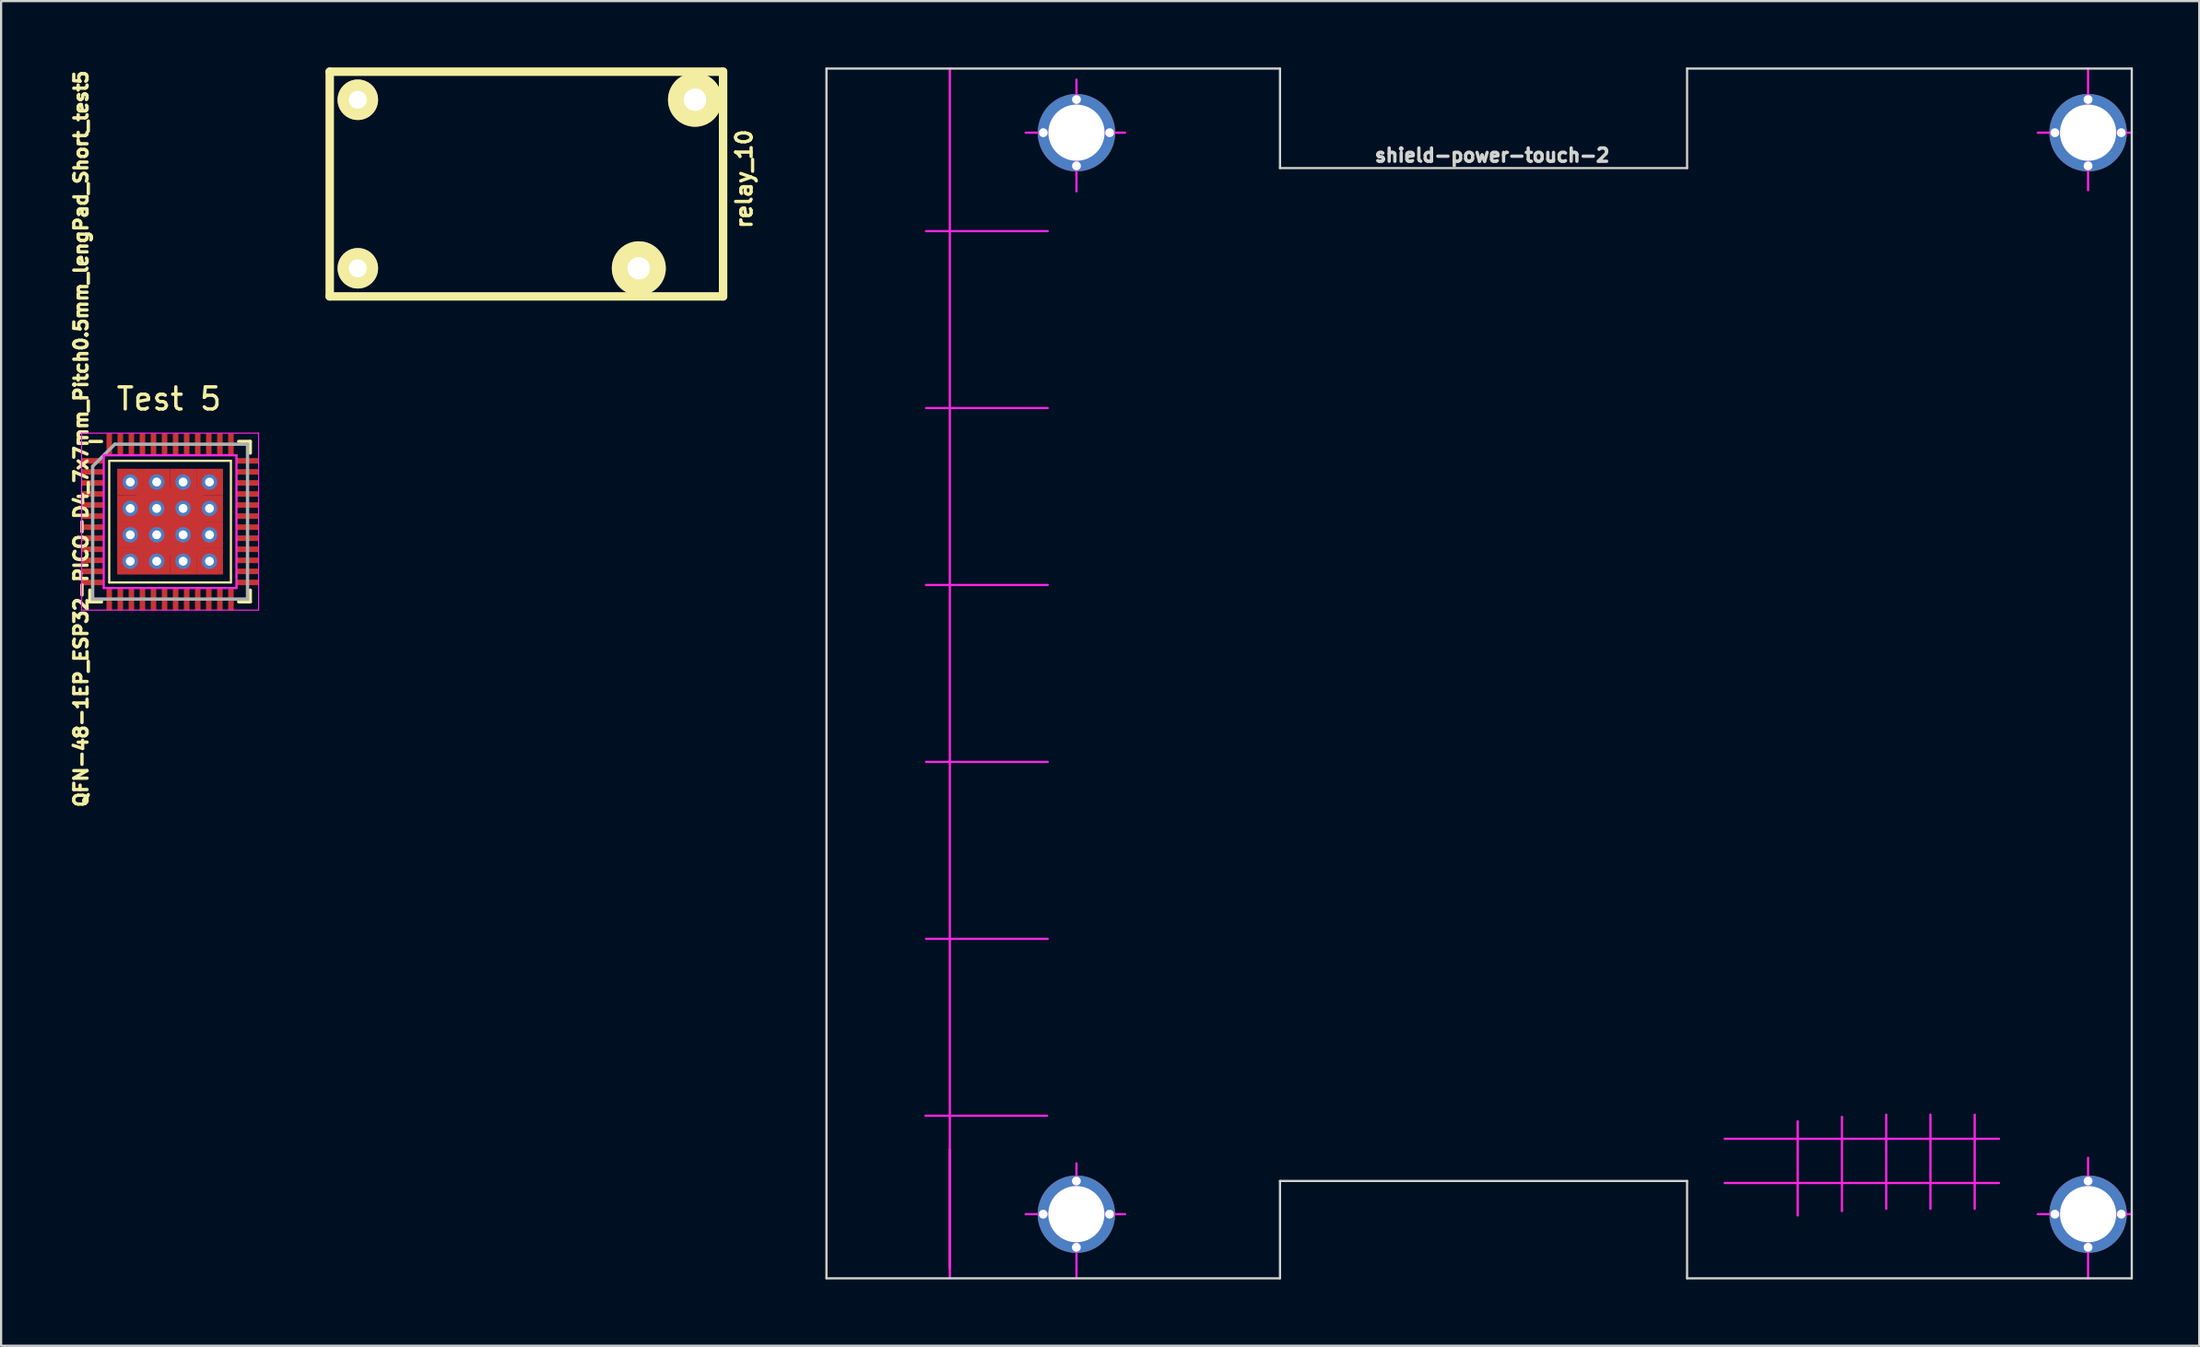
<source format=kicad_pcb>
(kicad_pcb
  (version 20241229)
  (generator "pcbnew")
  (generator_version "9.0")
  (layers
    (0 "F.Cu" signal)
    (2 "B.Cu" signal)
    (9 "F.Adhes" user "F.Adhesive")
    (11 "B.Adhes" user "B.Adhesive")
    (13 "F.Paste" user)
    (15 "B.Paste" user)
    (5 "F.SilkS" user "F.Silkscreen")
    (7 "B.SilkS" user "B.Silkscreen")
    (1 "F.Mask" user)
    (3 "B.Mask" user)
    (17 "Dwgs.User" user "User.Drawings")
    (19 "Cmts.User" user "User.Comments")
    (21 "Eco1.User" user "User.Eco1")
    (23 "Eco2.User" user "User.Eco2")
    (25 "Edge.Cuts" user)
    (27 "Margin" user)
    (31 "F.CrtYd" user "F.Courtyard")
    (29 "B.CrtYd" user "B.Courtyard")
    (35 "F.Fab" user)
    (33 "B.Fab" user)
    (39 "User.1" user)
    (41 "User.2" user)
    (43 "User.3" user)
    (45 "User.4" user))
  (footprint "QFN-48-1EP_ESP32-PICO-D4_7x7mm_Pitch0.5mm_lengPad_Short_test5"
    (layer "F.Cu")
    (at 4.638 20.536)
    (property "Reference" "QFN-48-1EP_ESP32-PICO-D4_7x7mm_Pitch0.5mm_lengPad_Short_test5" (at -4.024 -3.743 90) (layer "F.SilkS") (effects (font (size 0.6 0.6) (thickness 0.15))))
    (attr smd)
    (fp_line (start -3.625 -3.625) (end -3.1 -3.625) (stroke (width 0.15) (type solid)) (layer "F.SilkS"))
    (fp_line (start -3.625 3.625) (end -3.625 3.1) (stroke (width 0.15) (type solid)) (layer "F.SilkS"))
    (fp_line (start -3.625 3.625) (end -3.1 3.625) (stroke (width 0.15) (type solid)) (layer "F.SilkS"))
    (fp_line (start -2.75 -2.75) (end 2.75 -2.75) (stroke (width 0.1) (type solid)) (layer "F.SilkS"))
    (fp_line (start -2.75 2.75) (end -2.75 -2.75) (stroke (width 0.1) (type solid)) (layer "F.SilkS"))
    (fp_line (start -2.75 2.75) (end 2.75 2.75) (stroke (width 0.1) (type solid)) (layer "F.SilkS"))
    (fp_line (start 2.75 2.75) (end 2.75 -2.75) (stroke (width 0.1) (type solid)) (layer "F.SilkS"))
    (fp_line (start 3.625 -3.625) (end 3.1 -3.625) (stroke (width 0.15) (type solid)) (layer "F.SilkS"))
    (fp_line (start 3.625 -3.625) (end 3.625 -3.1) (stroke (width 0.15) (type solid)) (layer "F.SilkS"))
    (fp_line (start 3.625 3.625) (end 3.1 3.625) (stroke (width 0.15) (type solid)) (layer "F.SilkS"))
    (fp_line (start 3.625 3.625) (end 3.625 3.1) (stroke (width 0.15) (type solid)) (layer "F.SilkS"))
    (fp_line (start -4 -4) (end -4 4) (stroke (width 0.05) (type solid)) (layer "F.CrtYd"))
    (fp_line (start -4 -4) (end 4 -4) (stroke (width 0.05) (type solid)) (layer "F.CrtYd"))
    (fp_line (start -4 4) (end 4 4) (stroke (width 0.05) (type solid)) (layer "F.CrtYd"))
    (fp_line (start -3 -3) (end 3 -3) (stroke (width 0.1) (type solid)) (layer "F.CrtYd"))
    (fp_line (start -3 3) (end -3 -3) (stroke (width 0.1) (type solid)) (layer "F.CrtYd"))
    (fp_line (start 3 -3) (end 3 3) (stroke (width 0.1) (type solid)) (layer "F.CrtYd"))
    (fp_line (start 3 3) (end -3 3) (stroke (width 0.1) (type solid)) (layer "F.CrtYd"))
    (fp_line (start 4 -4) (end 4 4) (stroke (width 0.05) (type solid)) (layer "F.CrtYd"))
    (fp_line (start -3.5 -2.5) (end -2.5 -3.5) (stroke (width 0.15) (type solid)) (layer "F.Fab"))
    (fp_line (start -3.5 3.5) (end -3.5 -2.5) (stroke (width 0.15) (type solid)) (layer "F.Fab"))
    (fp_line (start -2.5 -3.5) (end 3.5 -3.5) (stroke (width 0.15) (type solid)) (layer "F.Fab"))
    (fp_line (start 3.5 -3.5) (end 3.5 3.5) (stroke (width 0.15) (type solid)) (layer "F.Fab"))
    (fp_line (start 3.5 3.5) (end -3.5 3.5) (stroke (width 0.15) (type solid)) (layer "F.Fab"))
    (fp_text user "Test 5" (at -0.05 -5.55 0) (layer "F.SilkS") (effects (font (size 1 1) (thickness 0.15))))
    (pad "1" smd rect (at -3.5 -2.75) (size 1 0.25) (layers "F.Cu" "F.Mask" "F.Paste"))
    (pad "2" smd rect (at -3.5 -2.25) (size 1 0.25) (layers "F.Cu" "F.Mask" "F.Paste"))
    (pad "3" smd rect (at -3.5 -1.75) (size 1 0.25) (layers "F.Cu" "F.Mask" "F.Paste"))
    (pad "4" smd rect (at -3.5 -1.25) (size 1 0.25) (layers "F.Cu" "F.Mask" "F.Paste"))
    (pad "5" smd rect (at -3.5 -0.75) (size 1 0.25) (layers "F.Cu" "F.Mask" "F.Paste"))
    (pad "6" smd rect (at -3.5 -0.25) (size 1 0.25) (layers "F.Cu" "F.Mask" "F.Paste"))
    (pad "7" smd rect (at -3.5 0.25) (size 1 0.25) (layers "F.Cu" "F.Mask" "F.Paste"))
    (pad "8" smd rect (at -3.5 0.75) (size 1 0.25) (layers "F.Cu" "F.Mask" "F.Paste"))
    (pad "9" smd rect (at -3.5 1.25) (size 1 0.25) (layers "F.Cu" "F.Mask" "F.Paste"))
    (pad "10" smd rect (at -3.5 1.75) (size 1 0.25) (layers "F.Cu" "F.Mask" "F.Paste"))
    (pad "11" smd rect (at -3.5 2.25) (size 1 0.25) (layers "F.Cu" "F.Mask" "F.Paste"))
    (pad "12" smd rect (at -3.5 2.75) (size 1 0.25) (layers "F.Cu" "F.Mask" "F.Paste"))
    (pad "12" thru_hole circle (at -1.8 -0.597) (size 0.7 0.7) (drill 0.4) (layers "*.Cu" "F.Mask"))
    (pad "13" smd rect (at -2.75 3.5 90) (size 1 0.25) (layers "F.Cu" "F.Mask" "F.Paste"))
    (pad "13" thru_hole circle (at -1.8 0.597) (size 0.7 0.7) (drill 0.4) (layers "*.Cu" "F.Mask"))
    (pad "14" smd rect (at -2.25 3.5 90) (size 1 0.25) (layers "F.Cu" "F.Mask" "F.Paste"))
    (pad "14" thru_hole circle (at -1.8 1.791) (size 0.7 0.7) (drill 0.4) (layers "*.Cu" "F.Mask"))
    (pad "15" smd rect (at -1.75 3.5 90) (size 1 0.25) (layers "F.Cu" "F.Mask" "F.Paste"))
    (pad "16" smd rect (at -1.25 3.5 90) (size 1 0.25) (layers "F.Cu" "F.Mask" "F.Paste"))
    (pad "17" smd rect (at -0.75 3.5 90) (size 1 0.25) (layers "F.Cu" "F.Mask" "F.Paste"))
    (pad "18" smd rect (at -0.25 3.5 90) (size 1 0.25) (layers "F.Cu" "F.Mask" "F.Paste"))
    (pad "19" smd rect (at 0.25 3.5 90) (size 1 0.25) (layers "F.Cu" "F.Mask" "F.Paste"))
    (pad "20" smd rect (at 0.75 3.5 90) (size 1 0.25) (layers "F.Cu" "F.Mask" "F.Paste"))
    (pad "21" thru_hole circle (at -0.606 -1.791) (size 0.7 0.7) (drill 0.4) (layers "*.Cu" "F.Mask"))
    (pad "21" smd rect (at 1.25 3.5 90) (size 1 0.25) (layers "F.Cu" "F.Mask" "F.Paste"))
    (pad "22" thru_hole circle (at -0.606 -0.597) (size 0.7 0.7) (drill 0.4) (layers "*.Cu" "F.Mask"))
    (pad "22" smd rect (at 1.75 3.5 90) (size 1 0.25) (layers "F.Cu" "F.Mask" "F.Paste"))
    (pad "23" thru_hole circle (at -0.606 0.597) (size 0.7 0.7) (drill 0.4) (layers "*.Cu" "F.Mask"))
    (pad "23" smd rect (at 2.25 3.5 90) (size 1 0.25) (layers "F.Cu" "F.Mask" "F.Paste"))
    (pad "24" thru_hole circle (at -0.606 1.791) (size 0.7 0.7) (drill 0.4) (layers "*.Cu" "F.Mask"))
    (pad "24" smd rect (at 2.75 3.5 90) (size 1 0.25) (layers "F.Cu" "F.Mask" "F.Paste"))
    (pad "25" smd rect (at 3.5 2.75) (size 1 0.25) (layers "F.Cu" "F.Mask" "F.Paste"))
    (pad "26" smd rect (at 3.5 2.25) (size 1 0.25) (layers "F.Cu" "F.Mask" "F.Paste"))
    (pad "27" smd rect (at 3.5 1.75) (size 1 0.25) (layers "F.Cu" "F.Mask" "F.Paste"))
    (pad "28" smd rect (at 3.5 1.25) (size 1 0.25) (layers "F.Cu" "F.Mask" "F.Paste"))
    (pad "29" smd rect (at 3.5 0.75) (size 1 0.25) (layers "F.Cu" "F.Mask" "F.Paste"))
    (pad "30" smd rect (at 3.5 0.25) (size 1 0.25) (layers "F.Cu" "F.Mask" "F.Paste"))
    (pad "31" thru_hole circle (at 0.588 -1.791) (size 0.7 0.7) (drill 0.4) (layers "*.Cu" "F.Mask"))
    (pad "31" smd rect (at 3.5 -0.25) (size 1 0.25) (layers "F.Cu" "F.Mask" "F.Paste"))
    (pad "32" thru_hole circle (at 0.588 -0.597) (size 0.7 0.7) (drill 0.4) (layers "*.Cu" "F.Mask"))
    (pad "32" smd rect (at 3.5 -0.75) (size 1 0.25) (layers "F.Cu" "F.Mask" "F.Paste"))
    (pad "33" thru_hole circle (at 0.588 0.597) (size 0.7 0.7) (drill 0.4) (layers "*.Cu" "F.Mask"))
    (pad "33" smd rect (at 3.5 -1.25) (size 1 0.25) (layers "F.Cu" "F.Mask" "F.Paste"))
    (pad "34" thru_hole circle (at 0.588 1.791) (size 0.7 0.7) (drill 0.4) (layers "*.Cu" "F.Mask"))
    (pad "34" smd rect (at 3.5 -1.75) (size 1 0.25) (layers "F.Cu" "F.Mask" "F.Paste"))
    (pad "35" smd rect (at 3.5 -2.25) (size 1 0.25) (layers "F.Cu" "F.Mask" "F.Paste"))
    (pad "36" smd rect (at 3.5 -2.75) (size 1 0.25) (layers "F.Cu" "F.Mask" "F.Paste"))
    (pad "37" smd rect (at 2.75 -3.5 90) (size 1 0.25) (layers "F.Cu" "F.Mask" "F.Paste"))
    (pad "38" smd rect (at 2.25 -3.5 90) (size 1 0.25) (layers "F.Cu" "F.Mask" "F.Paste"))
    (pad "39" smd rect (at 1.75 -3.5 90) (size 1 0.25) (layers "F.Cu" "F.Mask" "F.Paste"))
    (pad "40" smd rect (at 1.25 -3.5 90) (size 1 0.25) (layers "F.Cu" "F.Mask" "F.Paste"))
    (pad "41" smd rect (at 0.75 -3.5 90) (size 1 0.25) (layers "F.Cu" "F.Mask" "F.Paste"))
    (pad "41" thru_hole circle (at 1.781 -1.791) (size 0.7 0.7) (drill 0.4) (layers "*.Cu" "F.Mask"))
    (pad "42" smd rect (at 0.25 -3.5 90) (size 1 0.25) (layers "F.Cu" "F.Mask" "F.Paste"))
    (pad "42" thru_hole circle (at 1.781 -0.597) (size 0.7 0.7) (drill 0.4) (layers "*.Cu" "F.Mask"))
    (pad "43" smd rect (at -0.25 -3.5 90) (size 1 0.25) (layers "F.Cu" "F.Mask" "F.Paste"))
    (pad "43" thru_hole circle (at 1.781 0.597) (size 0.7 0.7) (drill 0.4) (layers "*.Cu" "F.Mask"))
    (pad "44" smd rect (at -0.75 -3.5 90) (size 1 0.25) (layers "F.Cu" "F.Mask" "F.Paste"))
    (pad "44" thru_hole circle (at 1.781 1.791) (size 0.7 0.7) (drill 0.4) (layers "*.Cu" "F.Mask"))
    (pad "45" smd rect (at -1.25 -3.5 90) (size 1 0.25) (layers "F.Cu" "F.Mask" "F.Paste"))
    (pad "46" smd rect (at -1.75 -3.5 90) (size 1 0.25) (layers "F.Cu" "F.Mask" "F.Paste"))
    (pad "47" smd rect (at -2.25 -3.5 90) (size 1 0.25) (layers "F.Cu" "F.Mask" "F.Paste"))
    (pad "48" smd rect (at -2.75 -3.5 90) (size 1 0.25) (layers "F.Cu" "F.Mask" "F.Paste"))
    (pad "49" thru_hole circle (at -1.8 -1.791) (size 0.7 0.7) (drill 0.4) (layers "*.Cu" "F.Mask"))
    (pad "49" smd rect (at -1.791 -1.791) (size 1.2 1.2) (layers "F.Cu" "F.Mask"))
    (pad "49" smd rect (at -1.791 -0.597) (size 1.2 1.2) (layers "F.Cu" "F.Mask"))
    (pad "49" smd rect (at -1.791 0.597) (size 1.2 1.2) (layers "F.Cu" "F.Mask"))
    (pad "49" smd rect (at -1.791 1.791) (size 1.2 1.2) (layers "F.Cu" "F.Mask"))
    (pad "49" smd rect (at -1 -1) (size 1 1) (layers "F.Cu" "F.Mask" "F.Paste"))
    (pad "49" smd rect (at -1 0) (size 1 1) (layers "F.Cu" "F.Mask" "F.Paste"))
    (pad "49" smd rect (at -1 1) (size 1 1) (layers "F.Cu" "F.Mask" "F.Paste"))
    (pad "49" smd rect (at -0.597 -1.791) (size 1.2 1.2) (layers "F.Cu" "F.Mask"))
    (pad "49" smd rect (at -0.597 -0.597) (size 1.2 1.2) (layers "F.Cu" "F.Mask"))
    (pad "49" smd rect (at -0.597 0.597) (size 1.2 1.2) (layers "F.Cu" "F.Mask"))
    (pad "49" smd rect (at -0.597 1.791) (size 1.2 1.2) (layers "F.Cu" "F.Mask"))
    (pad "49" smd rect (at 0 -1) (size 1 1) (layers "F.Cu" "F.Mask" "F.Paste"))
    (pad "49" smd rect (at 0 0) (size 1 1) (layers "F.Cu" "F.Mask" "F.Paste"))
    (pad "49" smd rect (at 0.05 1) (size 1 1) (layers "F.Cu" "F.Mask" "F.Paste"))
    (pad "49" smd rect (at 0.597 -1.791) (size 1.2 1.2) (layers "F.Cu" "F.Mask"))
    (pad "49" smd rect (at 0.597 -0.597) (size 1.2 1.2) (layers "F.Cu" "F.Mask"))
    (pad "49" smd rect (at 0.597 0.597) (size 1.2 1.2) (layers "F.Cu" "F.Mask"))
    (pad "49" smd rect (at 0.597 1.791) (size 1.2 1.2) (layers "F.Cu" "F.Mask"))
    (pad "49" smd rect (at 1 -1) (size 1 1) (layers "F.Cu" "F.Mask" "F.Paste"))
    (pad "49" smd rect (at 1 0) (size 1 1) (layers "F.Cu" "F.Mask" "F.Paste"))
    (pad "49" smd rect (at 1 1) (size 1 1) (layers "F.Cu" "F.Mask" "F.Paste"))
    (pad "49" smd rect (at 1.791 -1.791) (size 1.2 1.2) (layers "F.Cu" "F.Mask"))
    (pad "49" smd rect (at 1.791 -0.597) (size 1.2 1.2) (layers "F.Cu" "F.Mask"))
    (pad "49" smd rect (at 1.791 0.597) (size 1.2 1.2) (layers "F.Cu" "F.Mask"))
    (pad "49" smd rect (at 1.791 1.791) (size 1.2 1.2) (layers "F.Cu" "F.Mask")))
  (footprint "relay_10"
    (layer "F.Cu")
    (at 20.744 5.271)
    (property "Reference" "relay_10" (at 9.841 -0.229 270) (layer "F.SilkS") (effects (font (size 0.7 0.7) (thickness 0.15))))
    (attr through_hole)
    (fp_line (start -8.89 -5.08) (end 8.89 -5.08) (stroke (width 0.381) (type solid)) (layer "F.SilkS"))
    (fp_line (start -8.89 5.08) (end -8.89 -5.08) (stroke (width 0.381) (type solid)) (layer "F.SilkS"))
    (fp_line (start 8.89 -5.08) (end 8.89 5.08) (stroke (width 0.381) (type solid)) (layer "F.SilkS"))
    (fp_line (start 8.89 5.08) (end -8.89 5.08) (stroke (width 0.381) (type solid)) (layer "F.SilkS"))
    (pad "1" thru_hole circle (at -7.62 3.81) (size 1.829 1.829) (drill 0.813) (layers "*.Cu" "*.Mask" "F.SilkS"))
    (pad "2" thru_hole circle (at -7.62 -3.81) (size 1.829 1.829) (drill 0.813) (layers "*.Cu" "*.Mask" "F.SilkS"))
    (pad "3" thru_hole circle (at 7.62 -3.81) (size 2.438 2.438) (drill 1.016) (layers "*.Cu" "*.Mask" "F.SilkS"))
    (pad "4" thru_hole circle (at 5.08 3.81) (size 2.438 2.438) (drill 1.016) (layers "*.Cu" "*.Mask" "F.SilkS")))
  (footprint "shield-power-touch-2"
    (layer "F.Cu")
    (at 34.807 1.05)
    (property "Reference" "shield-power-touch-2" (at 29.591 2.921 0) (layer "Edge.Cuts") (effects (font (size 0.6 0.6) (thickness 0.15))))
    (attr through_hole)
    (fp_line (start -0.5 -1) (end 20 -1) (stroke (width 0.1) (type solid)) (layer "Edge.Cuts"))
    (fp_line (start -0.5 53.7) (end -0.5 -1) (stroke (width 0.1) (type solid)) (layer "Edge.Cuts"))
    (fp_line (start -0.5 53.7) (end 20 53.7) (stroke (width 0.1) (type solid)) (layer "Edge.Cuts"))
    (fp_line (start 20 -1) (end 20 3.5) (stroke (width 0.1) (type solid)) (layer "Edge.Cuts"))
    (fp_line (start 20 3.5) (end 38.4 3.5) (stroke (width 0.1) (type solid)) (layer "Edge.Cuts"))
    (fp_line (start 20 49.3) (end 20 53.7) (stroke (width 0.1) (type solid)) (layer "Edge.Cuts"))
    (fp_line (start 38.4 -1) (end 58.5 -1) (stroke (width 0.1) (type solid)) (layer "Edge.Cuts"))
    (fp_line (start 38.4 3.5) (end 38.4 -1) (stroke (width 0.1) (type solid)) (layer "Edge.Cuts"))
    (fp_line (start 38.4 49.3) (end 20 49.3) (stroke (width 0.1) (type solid)) (layer "Edge.Cuts"))
    (fp_line (start 38.4 53.7) (end 38.4 49.3) (stroke (width 0.1) (type solid)) (layer "Edge.Cuts"))
    (fp_line (start 58.5 -1) (end 58.5 53.7) (stroke (width 0.1) (type solid)) (layer "Edge.Cuts"))
    (fp_line (start 58.5 53.7) (end 38.4 53.7) (stroke (width 0.1) (type solid)) (layer "Edge.Cuts"))
    (fp_line (start 5.075 47.875) (end 5.075 53.25) (stroke (width 0.1) (type solid)) (layer "F.CrtYd"))
    (fp_line (start 5.075 53.675) (end 5.075 -0.975) (stroke (width 0.1) (type solid)) (layer "F.CrtYd"))
    (fp_line (start 8.5 1.9) (end 13 1.9) (stroke (width 0.1) (type solid)) (layer "F.CrtYd"))
    (fp_line (start 8.5 50.8) (end 13 50.8) (stroke (width 0.1) (type solid)) (layer "F.CrtYd"))
    (fp_line (start 9.475 46.35) (end 3.975 46.35) (stroke (width 0.1) (type solid)) (layer "F.CrtYd"))
    (fp_line (start 9.5 6.35) (end 4 6.35) (stroke (width 0.1) (type solid)) (layer "F.CrtYd"))
    (fp_line (start 9.5 14.35) (end 4 14.35) (stroke (width 0.1) (type solid)) (layer "F.CrtYd"))
    (fp_line (start 9.5 22.35) (end 4 22.35) (stroke (width 0.1) (type solid)) (layer "F.CrtYd"))
    (fp_line (start 9.5 30.35) (end 4 30.35) (stroke (width 0.1) (type solid)) (layer "F.CrtYd"))
    (fp_line (start 9.5 38.35) (end 4 38.35) (stroke (width 0.1) (type solid)) (layer "F.CrtYd"))
    (fp_line (start 10.8 -0.5) (end 10.8 4.55) (stroke (width 0.1) (type solid)) (layer "F.CrtYd"))
    (fp_line (start 10.8 48.5) (end 10.8 53.675) (stroke (width 0.1) (type solid)) (layer "F.CrtYd"))
    (fp_line (start 43.4 46.6) (end 43.4 50.86) (stroke (width 0.1) (type solid)) (layer "F.CrtYd"))
    (fp_line (start 45.4 46.4) (end 45.4 50.66) (stroke (width 0.1) (type solid)) (layer "F.CrtYd"))
    (fp_line (start 47.4 46.3) (end 47.4 50.56) (stroke (width 0.1) (type solid)) (layer "F.CrtYd"))
    (fp_line (start 49.4 46.3) (end 49.4 50.56) (stroke (width 0.1) (type solid)) (layer "F.CrtYd"))
    (fp_line (start 51.4 46.3) (end 51.4 50.56) (stroke (width 0.1) (type solid)) (layer "F.CrtYd"))
    (fp_line (start 51.4 49.39) (end 51.4 47.39) (stroke (width 0.01) (type solid)) (layer "F.CrtYd"))
    (fp_line (start 52.5 47.39) (end 40.1 47.39) (stroke (width 0.1) (type solid)) (layer "F.CrtYd"))
    (fp_line (start 52.5 49.39) (end 40.1 49.39) (stroke (width 0.1) (type solid)) (layer "F.CrtYd"))
    (fp_line (start 54.25 1.9) (end 58.5 1.9) (stroke (width 0.1) (type solid)) (layer "F.CrtYd"))
    (fp_line (start 54.25 50.8) (end 58.5 50.8) (stroke (width 0.1) (type solid)) (layer "F.CrtYd"))
    (fp_line (start 56.525 -1) (end 56.525 4.5) (stroke (width 0.1) (type solid)) (layer "F.CrtYd"))
    (fp_line (start 56.525 48.25) (end 56.525 53.7) (stroke (width 0.1) (type solid)) (layer "F.CrtYd"))
    (pad "2" thru_hole circle (at 9.295 50.8) (size 0.5 0.5) (drill 0.4) (layers "*.Cu" "*.Mask"))
    (pad "2" thru_hole circle (at 9.3 1.9) (size 0.5 0.5) (drill 0.4) (layers "*.Cu" "*.Mask"))
    (pad "2" thru_hole circle (at 10.795 49.3) (size 0.5 0.5) (drill 0.4) (layers "*.Cu" "*.Mask"))
    (pad "2" thru_hole circle (at 10.795 50.8) (size 3.5 3.5) (drill 2.54) (layers "*.Cu" "*.Mask"))
    (pad "2" thru_hole circle (at 10.795 52.3) (size 0.5 0.5) (drill 0.4) (layers "*.Cu" "*.Mask"))
    (pad "2" thru_hole circle (at 10.8 0.4) (size 0.5 0.5) (drill 0.4) (layers "*.Cu" "*.Mask"))
    (pad "2" thru_hole circle (at 10.8 1.9) (size 3.5 3.5) (drill 2.54) (layers "*.Cu" "*.Mask"))
    (pad "2" thru_hole circle (at 10.8 3.4) (size 0.5 0.5) (drill 0.4) (layers "*.Cu" "*.Mask"))
    (pad "2" thru_hole circle (at 12.295 50.8) (size 0.5 0.5) (drill 0.4) (layers "*.Cu" "*.Mask"))
    (pad "2" thru_hole circle (at 12.3 1.9) (size 0.5 0.5) (drill 0.4) (layers "*.Cu" "*.Mask"))
    (pad "2" thru_hole circle (at 55.025 1.9) (size 0.5 0.5) (drill 0.4) (layers "*.Cu" "*.Mask"))
    (pad "2" thru_hole circle (at 55.025 50.8) (size 0.5 0.5) (drill 0.4) (layers "*.Cu" "*.Mask"))
    (pad "2" thru_hole circle (at 56.525 0.4) (size 0.5 0.5) (drill 0.4) (layers "*.Cu" "*.Mask"))
    (pad "2" thru_hole circle (at 56.525 1.9) (size 3.5 3.5) (drill 2.54) (layers "*.Cu" "*.Mask"))
    (pad "2" thru_hole circle (at 56.525 3.4) (size 0.5 0.5) (drill 0.4) (layers "*.Cu" "*.Mask"))
    (pad "2" thru_hole circle (at 56.525 49.3) (size 0.5 0.5) (drill 0.4) (layers "*.Cu" "*.Mask"))
    (pad "2" thru_hole circle (at 56.525 50.8) (size 3.5 3.5) (drill 2.54) (layers "*.Cu" "*.Mask"))
    (pad "2" thru_hole circle (at 56.525 52.3) (size 0.5 0.5) (drill 0.4) (layers "*.Cu" "*.Mask"))
    (pad "2" thru_hole circle (at 58.025 1.9) (size 0.5 0.5) (drill 0.4) (layers "*.Cu" "*.Mask"))
    (pad "2" thru_hole circle (at 58.025 50.8) (size 0.5 0.5) (drill 0.4) (layers "*.Cu" "*.Mask")))
  (gr_rect
    (start -3 -3)
    (end 96.357 57.8)
    (stroke (width 0.1) (type default))
    (fill no)
    (layer "Edge.Cuts")))
</source>
